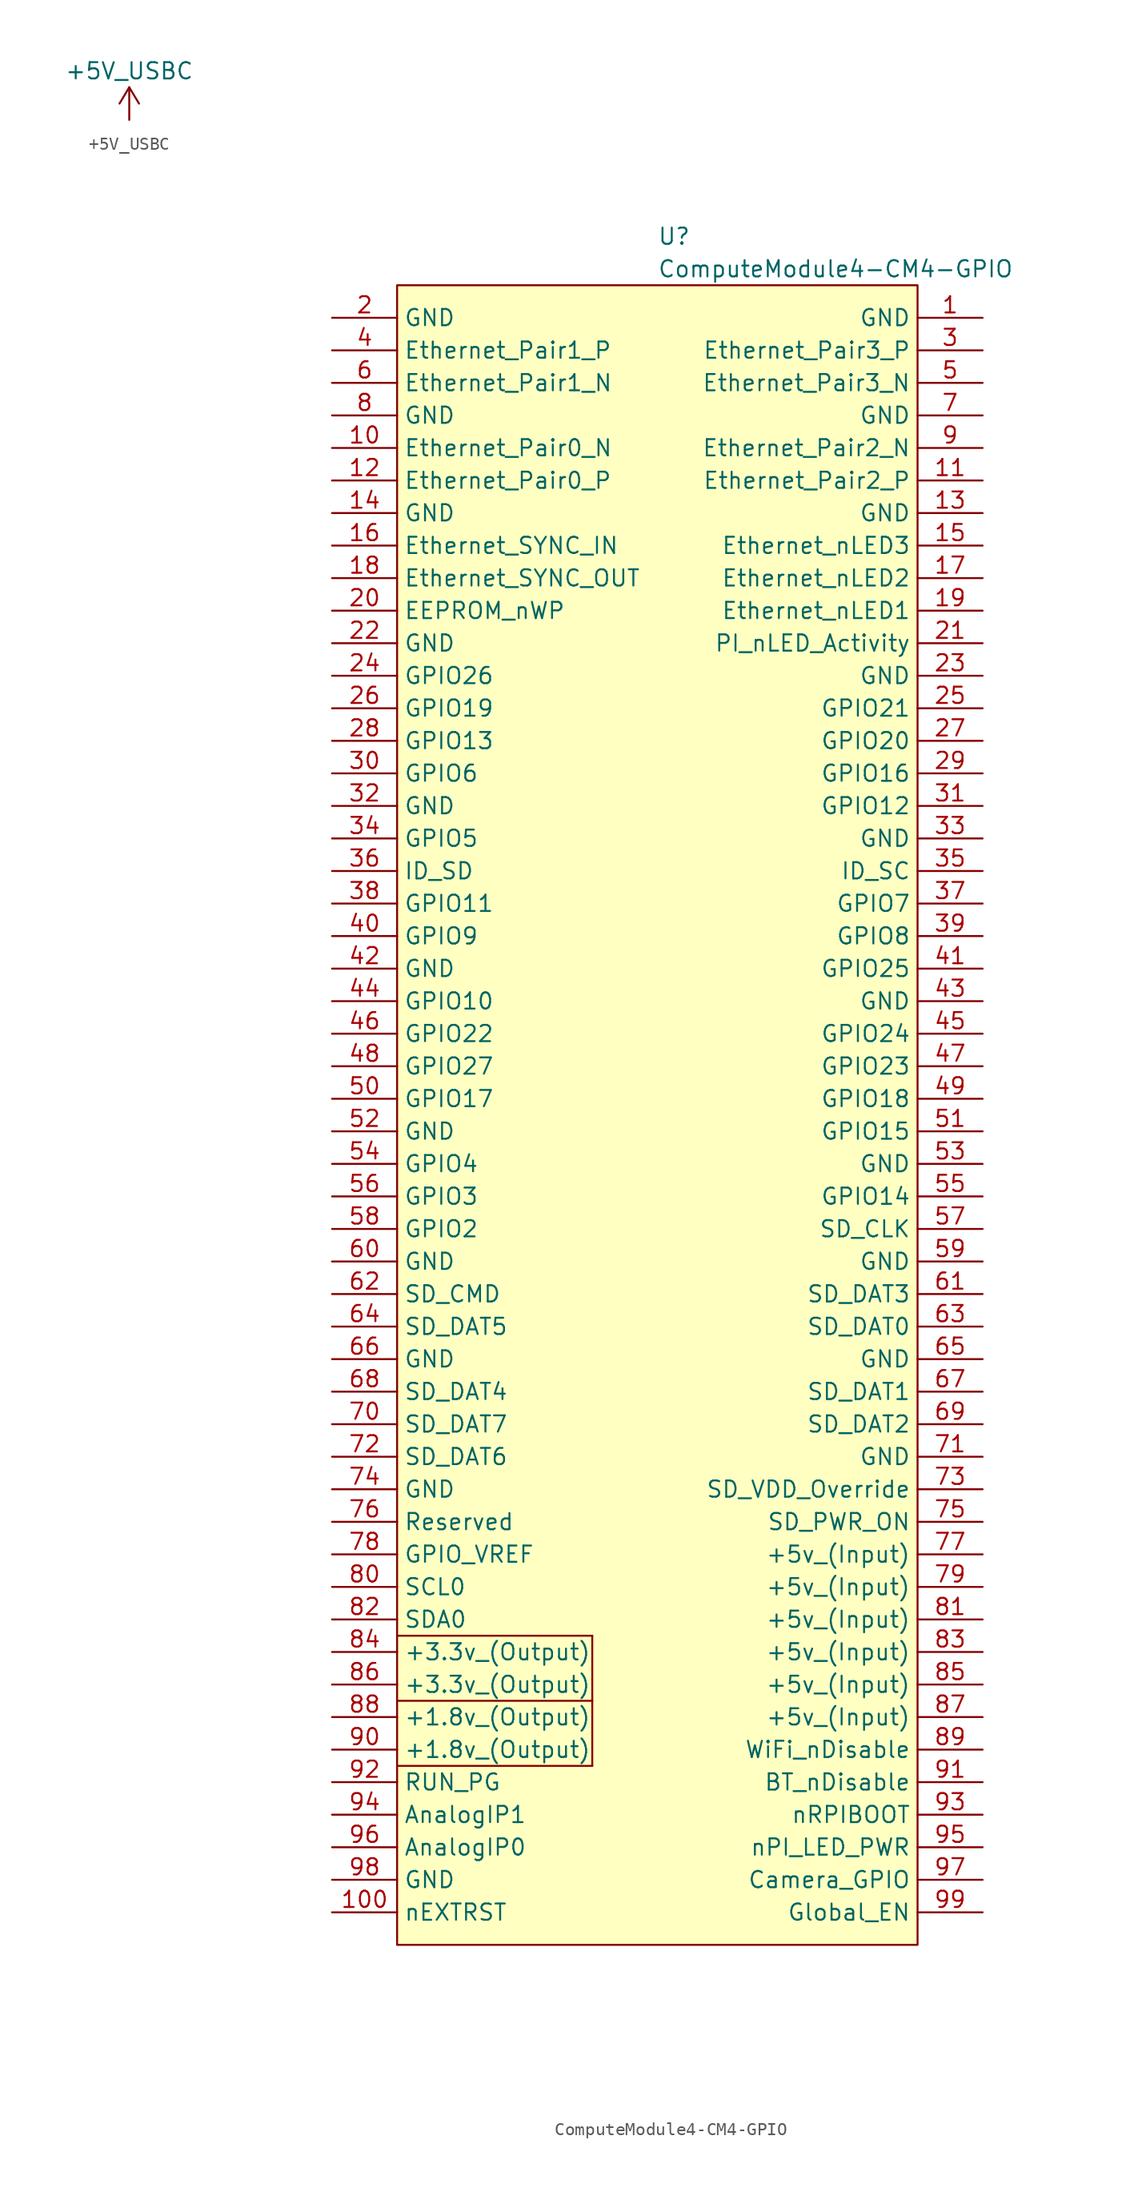
<source format=kicad_sym>
(kicad_symbol_lib
  (version 20220914)
  (generator kicad_symbol_editor)
  (symbol "+5V_USBC"
    (power)
    (pin_names
      (offset 0))
    (property "Reference" "#PWR?"
      (at 0 -3.81 0)
      (effects (font (size 1.27 1.27)) hide))
    (property "Value" "+5V_USBC"
      (at 0 3.81 0)
      (effects (font (size 1.27 1.27))))
    (symbol "+5V_USBC_0_1"
      (polyline (pts (xy -0.762 1.27) (xy 0 2.54)) (stroke (width 0) (type default)) (fill (type none)))
      (polyline (pts (xy 0 0) (xy 0 2.54)) (stroke (width 0) (type default)) (fill (type none)))
      (polyline (pts (xy 0 2.54) (xy 0.762 1.27)) (stroke (width 0) (type default)) (fill (type none))))
    (symbol "+5V_USBC_1_1"
      (pin power_in line (at 0 0 90) (length 0) hide (name "+5V_USBC" (effects (font (size 1.27 1.27)))) (number "1" (effects (font (size 1.27 1.27)))))))
  (symbol "ComputeModule4-CM4-GPIO"
    (property "Reference" "U"
      (at 0 67.31 0)
      (effects (font (size 1.27 1.27)) (justify left)))
    (property "Value" "ComputeModule4-CM4-GPIO"
      (at 0 64.77 0)
      (effects (font (size 1.27 1.27)) (justify left)))
    (symbol "ComputeModule4-CM4-GPIO_1_1"
      (rectangle (start -20.32 63.5) (end 20.32 -66.04) (stroke (width 0) (type default)) (fill (type background)))
      (polyline (pts (xy -5.08 -52.07) (xy -20.32 -52.07)) (stroke (width 0) (type default)) (fill (type none)))
      (polyline (pts (xy -5.08 -46.99) (xy -20.32 -46.99)) (stroke (width 0) (type default)) (fill (type none)))
      (polyline (pts (xy -5.08 -46.99) (xy -5.08 -52.07)) (stroke (width 0) (type default)) (fill (type none)))
      (polyline (pts (xy -5.08 -41.91) (xy -20.32 -41.91)) (stroke (width 0) (type default)) (fill (type none)))
      (polyline (pts (xy -5.08 -41.91) (xy -5.08 -46.99)) (stroke (width 0) (type default)) (fill (type none)))
      (pin power_in line (at 25.4 60.96 180) (length 5.08) (name "GND" (effects (font (size 1.27 1.27)))) (number "1" (effects (font (size 1.27 1.27)))))
      (pin passive line (at -25.4 50.8 0) (length 5.08) (name "Ethernet_Pair0_N" (effects (font (size 1.27 1.27)))) (number "10" (effects (font (size 1.27 1.27)))))
      (pin output line (at -25.4 -63.5 0) (length 5.08) (name "nEXTRST" (effects (font (size 1.27 1.27)))) (number "100" (effects (font (size 1.27 1.27)))))
      (pin passive line (at 25.4 48.26 180) (length 5.08) (name "Ethernet_Pair2_P" (effects (font (size 1.27 1.27)))) (number "11" (effects (font (size 1.27 1.27)))))
      (pin passive line (at -25.4 48.26 0) (length 5.08) (name "Ethernet_Pair0_P" (effects (font (size 1.27 1.27)))) (number "12" (effects (font (size 1.27 1.27)))))
      (pin power_in line (at 25.4 45.72 180) (length 5.08) (name "GND" (effects (font (size 1.27 1.27)))) (number "13" (effects (font (size 1.27 1.27)))))
      (pin power_in line (at -25.4 45.72 0) (length 5.08) (name "GND" (effects (font (size 1.27 1.27)))) (number "14" (effects (font (size 1.27 1.27)))))
      (pin output line (at 25.4 43.18 180) (length 5.08) (name "Ethernet_nLED3" (effects (font (size 1.27 1.27)))) (number "15" (effects (font (size 1.27 1.27)))))
      (pin input line (at -25.4 43.18 0) (length 5.08) (name "Ethernet_SYNC_IN" (effects (font (size 1.27 1.27)))) (number "16" (effects (font (size 1.27 1.27)))))
      (pin output line (at 25.4 40.64 180) (length 5.08) (name "Ethernet_nLED2" (effects (font (size 1.27 1.27)))) (number "17" (effects (font (size 1.27 1.27)))))
      (pin input line (at -25.4 40.64 0) (length 5.08) (name "Ethernet_SYNC_OUT" (effects (font (size 1.27 1.27)))) (number "18" (effects (font (size 1.27 1.27)))))
      (pin output line (at 25.4 38.1 180) (length 5.08) (name "Ethernet_nLED1" (effects (font (size 1.27 1.27)))) (number "19" (effects (font (size 1.27 1.27)))))
      (pin power_in line (at -25.4 60.96 0) (length 5.08) (name "GND" (effects (font (size 1.27 1.27)))) (number "2" (effects (font (size 1.27 1.27)))))
      (pin passive line (at -25.4 38.1 0) (length 5.08) (name "EEPROM_nWP" (effects (font (size 1.27 1.27)))) (number "20" (effects (font (size 1.27 1.27)))))
      (pin open_collector line (at 25.4 35.56 180) (length 5.08) (name "PI_nLED_Activity" (effects (font (size 1.27 1.27)))) (number "21" (effects (font (size 1.27 1.27)))))
      (pin power_in line (at -25.4 35.56 0) (length 5.08) (name "GND" (effects (font (size 1.27 1.27)))) (number "22" (effects (font (size 1.27 1.27)))))
      (pin power_in line (at 25.4 33.02 180) (length 5.08) (name "GND" (effects (font (size 1.27 1.27)))) (number "23" (effects (font (size 1.27 1.27)))))
      (pin passive line (at -25.4 33.02 0) (length 5.08) (name "GPIO26" (effects (font (size 1.27 1.27)))) (number "24" (effects (font (size 1.27 1.27)))))
      (pin passive line (at 25.4 30.48 180) (length 5.08) (name "GPIO21" (effects (font (size 1.27 1.27)))) (number "25" (effects (font (size 1.27 1.27)))))
      (pin passive line (at -25.4 30.48 0) (length 5.08) (name "GPIO19" (effects (font (size 1.27 1.27)))) (number "26" (effects (font (size 1.27 1.27)))))
      (pin passive line (at 25.4 27.94 180) (length 5.08) (name "GPIO20" (effects (font (size 1.27 1.27)))) (number "27" (effects (font (size 1.27 1.27)))))
      (pin passive line (at -25.4 27.94 0) (length 5.08) (name "GPIO13" (effects (font (size 1.27 1.27)))) (number "28" (effects (font (size 1.27 1.27)))))
      (pin passive line (at 25.4 25.4 180) (length 5.08) (name "GPIO16" (effects (font (size 1.27 1.27)))) (number "29" (effects (font (size 1.27 1.27)))))
      (pin passive line (at 25.4 58.42 180) (length 5.08) (name "Ethernet_Pair3_P" (effects (font (size 1.27 1.27)))) (number "3" (effects (font (size 1.27 1.27)))))
      (pin passive line (at -25.4 25.4 0) (length 5.08) (name "GPIO6" (effects (font (size 1.27 1.27)))) (number "30" (effects (font (size 1.27 1.27)))))
      (pin passive line (at 25.4 22.86 180) (length 5.08) (name "GPIO12" (effects (font (size 1.27 1.27)))) (number "31" (effects (font (size 1.27 1.27)))))
      (pin power_in line (at -25.4 22.86 0) (length 5.08) (name "GND" (effects (font (size 1.27 1.27)))) (number "32" (effects (font (size 1.27 1.27)))))
      (pin power_in line (at 25.4 20.32 180) (length 5.08) (name "GND" (effects (font (size 1.27 1.27)))) (number "33" (effects (font (size 1.27 1.27)))))
      (pin passive line (at -25.4 20.32 0) (length 5.08) (name "GPIO5" (effects (font (size 1.27 1.27)))) (number "34" (effects (font (size 1.27 1.27)))))
      (pin passive line (at 25.4 17.78 180) (length 5.08) (name "ID_SC" (effects (font (size 1.27 1.27)))) (number "35" (effects (font (size 1.27 1.27)))))
      (pin passive line (at -25.4 17.78 0) (length 5.08) (name "ID_SD" (effects (font (size 1.27 1.27)))) (number "36" (effects (font (size 1.27 1.27)))))
      (pin passive line (at 25.4 15.24 180) (length 5.08) (name "GPIO7" (effects (font (size 1.27 1.27)))) (number "37" (effects (font (size 1.27 1.27)))))
      (pin passive line (at -25.4 15.24 0) (length 5.08) (name "GPIO11" (effects (font (size 1.27 1.27)))) (number "38" (effects (font (size 1.27 1.27)))))
      (pin passive line (at 25.4 12.7 180) (length 5.08) (name "GPIO8" (effects (font (size 1.27 1.27)))) (number "39" (effects (font (size 1.27 1.27)))))
      (pin passive line (at -25.4 58.42 0) (length 5.08) (name "Ethernet_Pair1_P" (effects (font (size 1.27 1.27)))) (number "4" (effects (font (size 1.27 1.27)))))
      (pin passive line (at -25.4 12.7 0) (length 5.08) (name "GPIO9" (effects (font (size 1.27 1.27)))) (number "40" (effects (font (size 1.27 1.27)))))
      (pin passive line (at 25.4 10.16 180) (length 5.08) (name "GPIO25" (effects (font (size 1.27 1.27)))) (number "41" (effects (font (size 1.27 1.27)))))
      (pin power_in line (at -25.4 10.16 0) (length 5.08) (name "GND" (effects (font (size 1.27 1.27)))) (number "42" (effects (font (size 1.27 1.27)))))
      (pin power_in line (at 25.4 7.62 180) (length 5.08) (name "GND" (effects (font (size 1.27 1.27)))) (number "43" (effects (font (size 1.27 1.27)))))
      (pin passive line (at -25.4 7.62 0) (length 5.08) (name "GPIO10" (effects (font (size 1.27 1.27)))) (number "44" (effects (font (size 1.27 1.27)))))
      (pin passive line (at 25.4 5.08 180) (length 5.08) (name "GPIO24" (effects (font (size 1.27 1.27)))) (number "45" (effects (font (size 1.27 1.27)))))
      (pin passive line (at -25.4 5.08 0) (length 5.08) (name "GPIO22" (effects (font (size 1.27 1.27)))) (number "46" (effects (font (size 1.27 1.27)))))
      (pin passive line (at 25.4 2.54 180) (length 5.08) (name "GPIO23" (effects (font (size 1.27 1.27)))) (number "47" (effects (font (size 1.27 1.27)))))
      (pin passive line (at -25.4 2.54 0) (length 5.08) (name "GPIO27" (effects (font (size 1.27 1.27)))) (number "48" (effects (font (size 1.27 1.27)))))
      (pin passive line (at 25.4 0 180) (length 5.08) (name "GPIO18" (effects (font (size 1.27 1.27)))) (number "49" (effects (font (size 1.27 1.27)))))
      (pin passive line (at 25.4 55.88 180) (length 5.08) (name "Ethernet_Pair3_N" (effects (font (size 1.27 1.27)))) (number "5" (effects (font (size 1.27 1.27)))))
      (pin passive line (at -25.4 0 0) (length 5.08) (name "GPIO17" (effects (font (size 1.27 1.27)))) (number "50" (effects (font (size 1.27 1.27)))))
      (pin passive line (at 25.4 -2.54 180) (length 5.08) (name "GPIO15" (effects (font (size 1.27 1.27)))) (number "51" (effects (font (size 1.27 1.27)))))
      (pin power_in line (at -25.4 -2.54 0) (length 5.08) (name "GND" (effects (font (size 1.27 1.27)))) (number "52" (effects (font (size 1.27 1.27)))))
      (pin power_in line (at 25.4 -5.08 180) (length 5.08) (name "GND" (effects (font (size 1.27 1.27)))) (number "53" (effects (font (size 1.27 1.27)))))
      (pin passive line (at -25.4 -5.08 0) (length 5.08) (name "GPIO4" (effects (font (size 1.27 1.27)))) (number "54" (effects (font (size 1.27 1.27)))))
      (pin passive line (at 25.4 -7.62 180) (length 5.08) (name "GPIO14" (effects (font (size 1.27 1.27)))) (number "55" (effects (font (size 1.27 1.27)))))
      (pin passive line (at -25.4 -7.62 0) (length 5.08) (name "GPIO3" (effects (font (size 1.27 1.27)))) (number "56" (effects (font (size 1.27 1.27)))))
      (pin passive line (at 25.4 -10.16 180) (length 5.08) (name "SD_CLK" (effects (font (size 1.27 1.27)))) (number "57" (effects (font (size 1.27 1.27)))))
      (pin passive line (at -25.4 -10.16 0) (length 5.08) (name "GPIO2" (effects (font (size 1.27 1.27)))) (number "58" (effects (font (size 1.27 1.27)))))
      (pin power_in line (at 25.4 -12.7 180) (length 5.08) (name "GND" (effects (font (size 1.27 1.27)))) (number "59" (effects (font (size 1.27 1.27)))))
      (pin passive line (at -25.4 55.88 0) (length 5.08) (name "Ethernet_Pair1_N" (effects (font (size 1.27 1.27)))) (number "6" (effects (font (size 1.27 1.27)))))
      (pin power_in line (at -25.4 -12.7 0) (length 5.08) (name "GND" (effects (font (size 1.27 1.27)))) (number "60" (effects (font (size 1.27 1.27)))))
      (pin passive line (at 25.4 -15.24 180) (length 5.08) (name "SD_DAT3" (effects (font (size 1.27 1.27)))) (number "61" (effects (font (size 1.27 1.27)))))
      (pin passive line (at -25.4 -15.24 0) (length 5.08) (name "SD_CMD" (effects (font (size 1.27 1.27)))) (number "62" (effects (font (size 1.27 1.27)))))
      (pin passive line (at 25.4 -17.78 180) (length 5.08) (name "SD_DAT0" (effects (font (size 1.27 1.27)))) (number "63" (effects (font (size 1.27 1.27)))))
      (pin passive line (at -25.4 -17.78 0) (length 5.08) (name "SD_DAT5" (effects (font (size 1.27 1.27)))) (number "64" (effects (font (size 1.27 1.27)))))
      (pin power_in line (at 25.4 -20.32 180) (length 5.08) (name "GND" (effects (font (size 1.27 1.27)))) (number "65" (effects (font (size 1.27 1.27)))))
      (pin power_in line (at -25.4 -20.32 0) (length 5.08) (name "GND" (effects (font (size 1.27 1.27)))) (number "66" (effects (font (size 1.27 1.27)))))
      (pin passive line (at 25.4 -22.86 180) (length 5.08) (name "SD_DAT1" (effects (font (size 1.27 1.27)))) (number "67" (effects (font (size 1.27 1.27)))))
      (pin passive line (at -25.4 -22.86 0) (length 5.08) (name "SD_DAT4" (effects (font (size 1.27 1.27)))) (number "68" (effects (font (size 1.27 1.27)))))
      (pin passive line (at 25.4 -25.4 180) (length 5.08) (name "SD_DAT2" (effects (font (size 1.27 1.27)))) (number "69" (effects (font (size 1.27 1.27)))))
      (pin power_in line (at 25.4 53.34 180) (length 5.08) (name "GND" (effects (font (size 1.27 1.27)))) (number "7" (effects (font (size 1.27 1.27)))))
      (pin passive line (at -25.4 -25.4 0) (length 5.08) (name "SD_DAT7" (effects (font (size 1.27 1.27)))) (number "70" (effects (font (size 1.27 1.27)))))
      (pin power_in line (at 25.4 -27.94 180) (length 5.08) (name "GND" (effects (font (size 1.27 1.27)))) (number "71" (effects (font (size 1.27 1.27)))))
      (pin passive line (at -25.4 -27.94 0) (length 5.08) (name "SD_DAT6" (effects (font (size 1.27 1.27)))) (number "72" (effects (font (size 1.27 1.27)))))
      (pin input line (at 25.4 -30.48 180) (length 5.08) (name "SD_VDD_Override" (effects (font (size 1.27 1.27)))) (number "73" (effects (font (size 1.27 1.27)))))
      (pin power_in line (at -25.4 -30.48 0) (length 5.08) (name "GND" (effects (font (size 1.27 1.27)))) (number "74" (effects (font (size 1.27 1.27)))))
      (pin output line (at 25.4 -33.02 180) (length 5.08) (name "SD_PWR_ON" (effects (font (size 1.27 1.27)))) (number "75" (effects (font (size 1.27 1.27)))))
      (pin passive line (at -25.4 -33.02 0) (length 5.08) (name "Reserved" (effects (font (size 1.27 1.27)))) (number "76" (effects (font (size 1.27 1.27)))))
      (pin power_in line (at 25.4 -35.56 180) (length 5.08) (name "+5v_(Input)" (effects (font (size 1.27 1.27)))) (number "77" (effects (font (size 1.27 1.27)))))
      (pin power_in line (at -25.4 -35.56 0) (length 5.08) (name "GPIO_VREF" (effects (font (size 1.27 1.27)))) (number "78" (effects (font (size 1.27 1.27)))))
      (pin power_in line (at 25.4 -38.1 180) (length 5.08) (name "+5v_(Input)" (effects (font (size 1.27 1.27)))) (number "79" (effects (font (size 1.27 1.27)))))
      (pin power_in line (at -25.4 53.34 0) (length 5.08) (name "GND" (effects (font (size 1.27 1.27)))) (number "8" (effects (font (size 1.27 1.27)))))
      (pin passive line (at -25.4 -38.1 0) (length 5.08) (name "SCL0" (effects (font (size 1.27 1.27)))) (number "80" (effects (font (size 1.27 1.27)))))
      (pin power_in line (at 25.4 -40.64 180) (length 5.08) (name "+5v_(Input)" (effects (font (size 1.27 1.27)))) (number "81" (effects (font (size 1.27 1.27)))))
      (pin passive line (at -25.4 -40.64 0) (length 5.08) (name "SDA0" (effects (font (size 1.27 1.27)))) (number "82" (effects (font (size 1.27 1.27)))))
      (pin power_in line (at 25.4 -43.18 180) (length 5.08) (name "+5v_(Input)" (effects (font (size 1.27 1.27)))) (number "83" (effects (font (size 1.27 1.27)))))
      (pin power_out line (at -25.4 -43.18 0) (length 5.08) (name "+3.3v_(Output)" (effects (font (size 1.27 1.27)))) (number "84" (effects (font (size 1.27 1.27)))))
      (pin power_in line (at 25.4 -45.72 180) (length 5.08) (name "+5v_(Input)" (effects (font (size 1.27 1.27)))) (number "85" (effects (font (size 1.27 1.27)))))
      (pin power_out line (at -25.4 -45.72 0) (length 5.08) (name "+3.3v_(Output)" (effects (font (size 1.27 1.27)))) (number "86" (effects (font (size 1.27 1.27)))))
      (pin power_in line (at 25.4 -48.26 180) (length 5.08) (name "+5v_(Input)" (effects (font (size 1.27 1.27)))) (number "87" (effects (font (size 1.27 1.27)))))
      (pin power_out line (at -25.4 -48.26 0) (length 5.08) (name "+1.8v_(Output)" (effects (font (size 1.27 1.27)))) (number "88" (effects (font (size 1.27 1.27)))))
      (pin power_in line (at 25.4 -50.8 180) (length 5.08) (name "WiFi_nDisable" (effects (font (size 1.27 1.27)))) (number "89" (effects (font (size 1.27 1.27)))))
      (pin passive line (at 25.4 50.8 180) (length 5.08) (name "Ethernet_Pair2_N" (effects (font (size 1.27 1.27)))) (number "9" (effects (font (size 1.27 1.27)))))
      (pin power_out line (at -25.4 -50.8 0) (length 5.08) (name "+1.8v_(Output)" (effects (font (size 1.27 1.27)))) (number "90" (effects (font (size 1.27 1.27)))))
      (pin power_in line (at 25.4 -53.34 180) (length 5.08) (name "BT_nDisable" (effects (font (size 1.27 1.27)))) (number "91" (effects (font (size 1.27 1.27)))))
      (pin passive line (at -25.4 -53.34 0) (length 5.08) (name "RUN_PG" (effects (font (size 1.27 1.27)))) (number "92" (effects (font (size 1.27 1.27)))))
      (pin input line (at 25.4 -55.88 180) (length 5.08) (name "nRPIBOOT" (effects (font (size 1.27 1.27)))) (number "93" (effects (font (size 1.27 1.27)))))
      (pin passive line (at -25.4 -55.88 0) (length 5.08) (name "AnalogIP1" (effects (font (size 1.27 1.27)))) (number "94" (effects (font (size 1.27 1.27)))))
      (pin output line (at 25.4 -58.42 180) (length 5.08) (name "nPI_LED_PWR" (effects (font (size 1.27 1.27)))) (number "95" (effects (font (size 1.27 1.27)))))
      (pin passive line (at -25.4 -58.42 0) (length 5.08) (name "AnalogIP0" (effects (font (size 1.27 1.27)))) (number "96" (effects (font (size 1.27 1.27)))))
      (pin passive line (at 25.4 -60.96 180) (length 5.08) (name "Camera_GPIO" (effects (font (size 1.27 1.27)))) (number "97" (effects (font (size 1.27 1.27)))))
      (pin power_in line (at -25.4 -60.96 0) (length 5.08) (name "GND" (effects (font (size 1.27 1.27)))) (number "98" (effects (font (size 1.27 1.27)))))
      (pin input line (at 25.4 -63.5 180) (length 5.08) (name "Global_EN" (effects (font (size 1.27 1.27)))) (number "99" (effects (font (size 1.27 1.27))))))))
</source>
